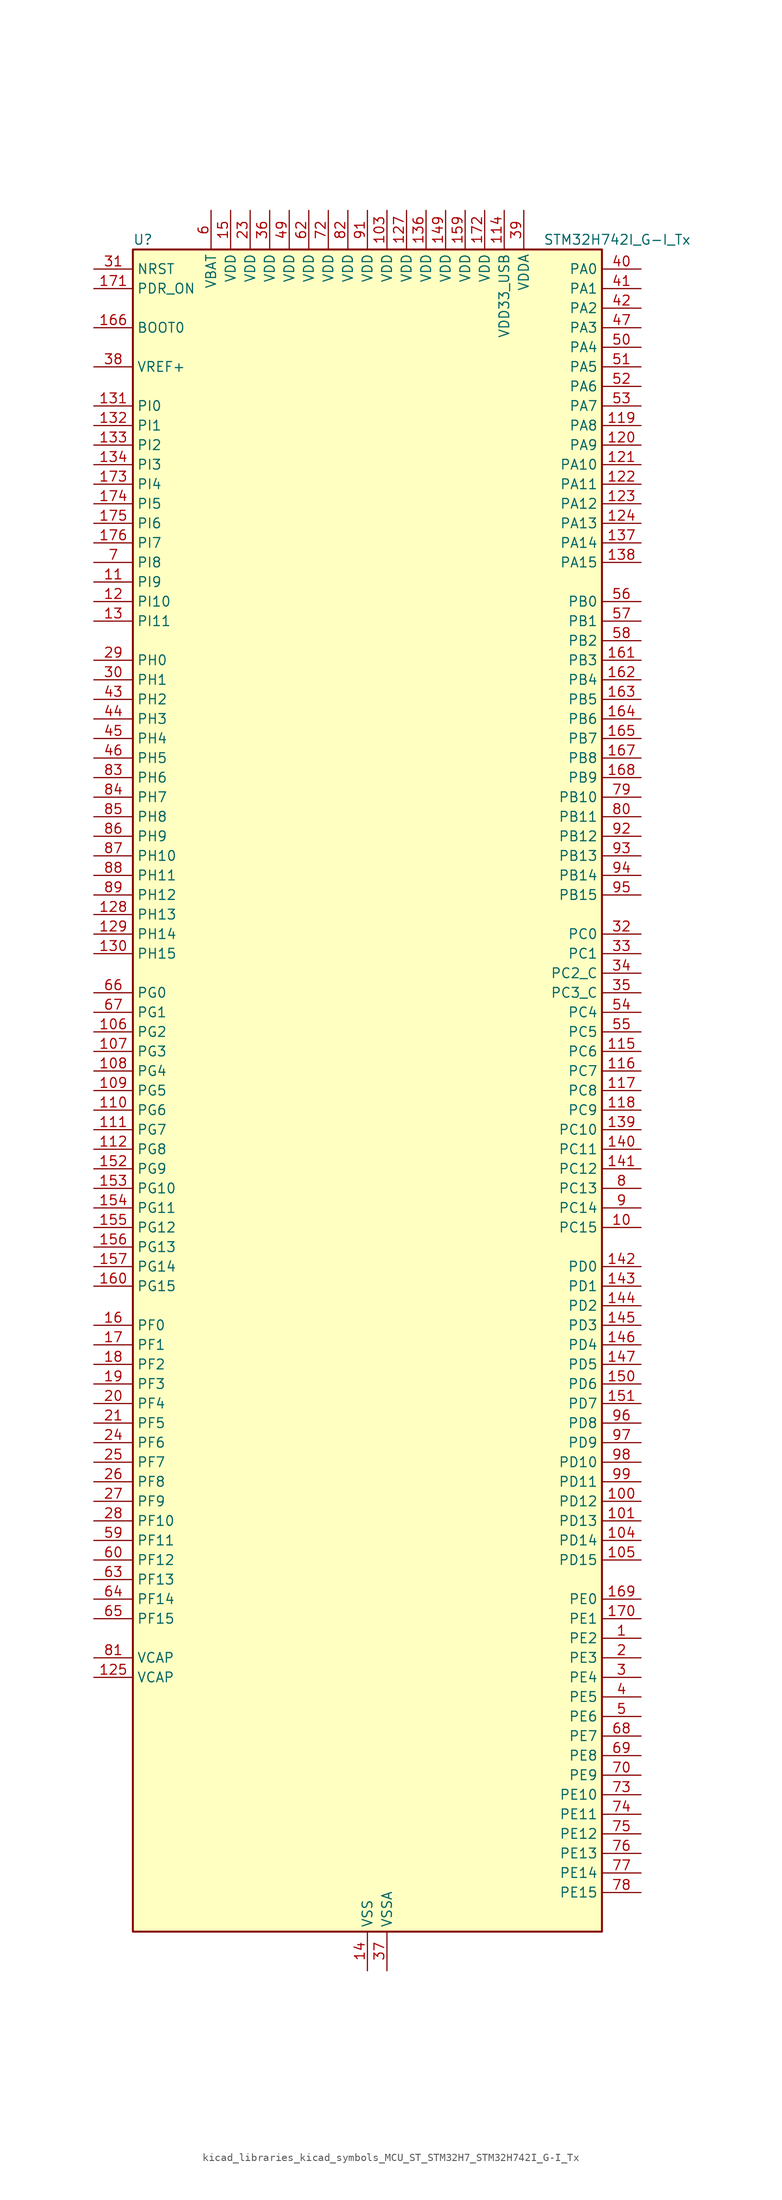
<source format=kicad_sym>
(kicad_symbol_lib
  (version 20220914)
  (generator kicad_symbol_editor)
  (symbol "kicad_libraries_kicad_symbols_MCU_ST_STM32H7_STM32H742I_G-I_Tx"
    (property "Reference" "U"
      (at -30.48 110.49 0)
      (effects (font (size 1.27 1.27)) (justify left)))
    (property "Value" "STM32H742I_G-I_Tx"
      (at 22.86 110.49 0)
      (effects (font (size 1.27 1.27)) (justify left)))
    (property "ki_locked" ""
      (at 0 0 0)
      (effects (font (size 1.27 1.27))))
    (symbol "kicad_libraries_kicad_symbols_MCU_ST_STM32H7_STM32H742I_G-I_Tx_0_1"
      (rectangle (start -30.48 -109.22) (end 30.48 109.22) (stroke (width 0.254) (type default)) (fill (type background))))
    (symbol "kicad_libraries_kicad_symbols_MCU_ST_STM32H7_STM32H742I_G-I_Tx_1_1"
      (pin bidirectional line (at 35.56 -71.12 180) (length 5.08) (name "PE2" (effects (font (size 1.27 1.27)))) (number "1" (effects (font (size 1.27 1.27)))) (alternate "DEBUG_TRACECLK" bidirectional line) (alternate "ETH_TXD3" bidirectional line) (alternate "FMC_A23" bidirectional line) (alternate "QUADSPI_BK1_IO2" bidirectional line) (alternate "SAI1_CK1" bidirectional line) (alternate "SAI1_MCLK_A" bidirectional line) (alternate "SAI4_CK1" bidirectional line) (alternate "SAI4_MCLK_A" bidirectional line) (alternate "SPI4_SCK" bidirectional line))
      (pin bidirectional line (at 35.56 -17.78 180) (length 5.08) (name "PC15" (effects (font (size 1.27 1.27)))) (number "10" (effects (font (size 1.27 1.27)))) (alternate "ADC1_EXTI15" bidirectional line) (alternate "ADC2_EXTI15" bidirectional line) (alternate "ADC3_EXTI15" bidirectional line) (alternate "RCC_OSC32_OUT" bidirectional line))
      (pin bidirectional line (at 35.56 -53.34 180) (length 5.08) (name "PD12" (effects (font (size 1.27 1.27)))) (number "100" (effects (font (size 1.27 1.27)))) (alternate "FMC_A17" bidirectional line) (alternate "FMC_ALE" bidirectional line) (alternate "I2C4_SCL" bidirectional line) (alternate "LPTIM1_IN1" bidirectional line) (alternate "LPTIM2_IN1" bidirectional line) (alternate "QUADSPI_BK1_IO1" bidirectional line) (alternate "SAI2_FS_A" bidirectional line) (alternate "TIM4_CH1" bidirectional line) (alternate "USART3_DE" bidirectional line) (alternate "USART3_RTS" bidirectional line))
      (pin bidirectional line (at 35.56 -55.88 180) (length 5.08) (name "PD13" (effects (font (size 1.27 1.27)))) (number "101" (effects (font (size 1.27 1.27)))) (alternate "FMC_A18" bidirectional line) (alternate "I2C4_SDA" bidirectional line) (alternate "LPTIM1_OUT" bidirectional line) (alternate "QUADSPI_BK1_IO3" bidirectional line) (alternate "SAI2_SCK_A" bidirectional line) (alternate "TIM4_CH2" bidirectional line))
      (pin passive line (at 0 -114.3 90) (length 5.08) hide (name "VSS" (effects (font (size 1.27 1.27)))) (number "102" (effects (font (size 1.27 1.27)))))
      (pin power_in line (at 2.54 114.3 270) (length 5.08) (name "VDD" (effects (font (size 1.27 1.27)))) (number "103" (effects (font (size 1.27 1.27)))))
      (pin bidirectional line (at 35.56 -58.42 180) (length 5.08) (name "PD14" (effects (font (size 1.27 1.27)))) (number "104" (effects (font (size 1.27 1.27)))) (alternate "FMC_D0" bidirectional line) (alternate "FMC_DA0" bidirectional line) (alternate "SAI3_MCLK_B" bidirectional line) (alternate "TIM4_CH3" bidirectional line) (alternate "UART8_CTS" bidirectional line))
      (pin bidirectional line (at 35.56 -60.96 180) (length 5.08) (name "PD15" (effects (font (size 1.27 1.27)))) (number "105" (effects (font (size 1.27 1.27)))) (alternate "ADC1_EXTI15" bidirectional line) (alternate "ADC2_EXTI15" bidirectional line) (alternate "ADC3_EXTI15" bidirectional line) (alternate "FMC_D1" bidirectional line) (alternate "FMC_DA1" bidirectional line) (alternate "SAI3_MCLK_A" bidirectional line) (alternate "TIM4_CH4" bidirectional line) (alternate "UART8_DE" bidirectional line) (alternate "UART8_RTS" bidirectional line))
      (pin bidirectional line (at -35.56 7.62 0) (length 5.08) (name "PG2" (effects (font (size 1.27 1.27)))) (number "106" (effects (font (size 1.27 1.27)))) (alternate "FMC_A12" bidirectional line) (alternate "TIM8_BKIN" bidirectional line) (alternate "TIM8_BKIN_COMP1" bidirectional line) (alternate "TIM8_BKIN_COMP2" bidirectional line))
      (pin bidirectional line (at -35.56 5.08 0) (length 5.08) (name "PG3" (effects (font (size 1.27 1.27)))) (number "107" (effects (font (size 1.27 1.27)))) (alternate "FMC_A13" bidirectional line) (alternate "TIM8_BKIN2" bidirectional line) (alternate "TIM8_BKIN2_COMP1" bidirectional line) (alternate "TIM8_BKIN2_COMP2" bidirectional line))
      (pin bidirectional line (at -35.56 2.54 0) (length 5.08) (name "PG4" (effects (font (size 1.27 1.27)))) (number "108" (effects (font (size 1.27 1.27)))) (alternate "FMC_A14" bidirectional line) (alternate "FMC_BA0" bidirectional line) (alternate "TIM1_BKIN2" bidirectional line) (alternate "TIM1_BKIN2_COMP1" bidirectional line) (alternate "TIM1_BKIN2_COMP2" bidirectional line))
      (pin bidirectional line (at -35.56 0 0) (length 5.08) (name "PG5" (effects (font (size 1.27 1.27)))) (number "109" (effects (font (size 1.27 1.27)))) (alternate "FMC_A15" bidirectional line) (alternate "FMC_BA1" bidirectional line) (alternate "TIM1_ETR" bidirectional line))
      (pin bidirectional line (at -35.56 66.04 0) (length 5.08) (name "PI9" (effects (font (size 1.27 1.27)))) (number "11" (effects (font (size 1.27 1.27)))) (alternate "DAC1_EXTI9" bidirectional line) (alternate "FDCAN1_RX" bidirectional line) (alternate "FMC_D30" bidirectional line) (alternate "UART4_RX" bidirectional line))
      (pin bidirectional line (at -35.56 -2.54 0) (length 5.08) (name "PG6" (effects (font (size 1.27 1.27)))) (number "110" (effects (font (size 1.27 1.27)))) (alternate "DCMI_D12" bidirectional line) (alternate "FMC_NE3" bidirectional line) (alternate "HRTIM_CHE1" bidirectional line) (alternate "QUADSPI_BK1_NCS" bidirectional line) (alternate "TIM17_BKIN" bidirectional line))
      (pin bidirectional line (at -35.56 -5.08 0) (length 5.08) (name "PG7" (effects (font (size 1.27 1.27)))) (number "111" (effects (font (size 1.27 1.27)))) (alternate "DCMI_D13" bidirectional line) (alternate "FMC_INT" bidirectional line) (alternate "HRTIM_CHE2" bidirectional line) (alternate "SAI1_MCLK_A" bidirectional line) (alternate "USART6_CK" bidirectional line))
      (pin bidirectional line (at -35.56 -7.62 0) (length 5.08) (name "PG8" (effects (font (size 1.27 1.27)))) (number "112" (effects (font (size 1.27 1.27)))) (alternate "ETH_PPS_OUT" bidirectional line) (alternate "FMC_SDCLK" bidirectional line) (alternate "SPDIFRX1_IN2" bidirectional line) (alternate "SPI6_NSS" bidirectional line) (alternate "TIM8_ETR" bidirectional line) (alternate "USART6_DE" bidirectional line) (alternate "USART6_RTS" bidirectional line))
      (pin passive line (at 0 -114.3 90) (length 5.08) hide (name "VSS" (effects (font (size 1.27 1.27)))) (number "113" (effects (font (size 1.27 1.27)))))
      (pin power_in line (at 17.78 114.3 270) (length 5.08) (name "VDD33_USB" (effects (font (size 1.27 1.27)))) (number "114" (effects (font (size 1.27 1.27)))))
      (pin bidirectional line (at 35.56 5.08 180) (length 5.08) (name "PC6" (effects (font (size 1.27 1.27)))) (number "115" (effects (font (size 1.27 1.27)))) (alternate "DCMI_D0" bidirectional line) (alternate "DFSDM1_CKIN3" bidirectional line) (alternate "FMC_NWAIT" bidirectional line) (alternate "HRTIM_CHA1" bidirectional line) (alternate "I2S2_MCK" bidirectional line) (alternate "SDMMC1_D0DIR" bidirectional line) (alternate "SDMMC1_D6" bidirectional line) (alternate "SDMMC2_D6" bidirectional line) (alternate "SWPMI1_IO" bidirectional line) (alternate "TIM3_CH1" bidirectional line) (alternate "TIM8_CH1" bidirectional line) (alternate "USART6_TX" bidirectional line))
      (pin bidirectional line (at 35.56 2.54 180) (length 5.08) (name "PC7" (effects (font (size 1.27 1.27)))) (number "116" (effects (font (size 1.27 1.27)))) (alternate "DCMI_D1" bidirectional line) (alternate "DEBUG_TRGIO" bidirectional line) (alternate "DFSDM1_DATIN3" bidirectional line) (alternate "FMC_NE1" bidirectional line) (alternate "HRTIM_CHA2" bidirectional line) (alternate "I2S3_MCK" bidirectional line) (alternate "SDMMC1_D123DIR" bidirectional line) (alternate "SDMMC1_D7" bidirectional line) (alternate "SDMMC2_D7" bidirectional line) (alternate "SWPMI1_TX" bidirectional line) (alternate "TIM3_CH2" bidirectional line) (alternate "TIM8_CH2" bidirectional line) (alternate "USART6_RX" bidirectional line))
      (pin bidirectional line (at 35.56 0 180) (length 5.08) (name "PC8" (effects (font (size 1.27 1.27)))) (number "117" (effects (font (size 1.27 1.27)))) (alternate "DCMI_D2" bidirectional line) (alternate "DEBUG_TRACED1" bidirectional line) (alternate "FMC_NCE" bidirectional line) (alternate "FMC_NE2" bidirectional line) (alternate "HRTIM_CHB1" bidirectional line) (alternate "SDMMC1_D0" bidirectional line) (alternate "SWPMI1_RX" bidirectional line) (alternate "TIM3_CH3" bidirectional line) (alternate "TIM8_CH3" bidirectional line) (alternate "UART5_DE" bidirectional line) (alternate "UART5_RTS" bidirectional line) (alternate "USART6_CK" bidirectional line))
      (pin bidirectional line (at 35.56 -2.54 180) (length 5.08) (name "PC9" (effects (font (size 1.27 1.27)))) (number "118" (effects (font (size 1.27 1.27)))) (alternate "DAC1_EXTI9" bidirectional line) (alternate "DCMI_D3" bidirectional line) (alternate "I2C3_SDA" bidirectional line) (alternate "I2S_CKIN" bidirectional line) (alternate "QUADSPI_BK1_IO0" bidirectional line) (alternate "RCC_MCO_2" bidirectional line) (alternate "SDMMC1_D1" bidirectional line) (alternate "SWPMI1_SUSPEND" bidirectional line) (alternate "TIM3_CH4" bidirectional line) (alternate "TIM8_CH4" bidirectional line) (alternate "UART5_CTS" bidirectional line))
      (pin bidirectional line (at 35.56 86.36 180) (length 5.08) (name "PA8" (effects (font (size 1.27 1.27)))) (number "119" (effects (font (size 1.27 1.27)))) (alternate "HRTIM_CHB2" bidirectional line) (alternate "I2C3_SCL" bidirectional line) (alternate "RCC_MCO_1" bidirectional line) (alternate "TIM1_CH1" bidirectional line) (alternate "TIM8_BKIN2" bidirectional line) (alternate "TIM8_BKIN2_COMP1" bidirectional line) (alternate "TIM8_BKIN2_COMP2" bidirectional line) (alternate "UART7_RX" bidirectional line) (alternate "USART1_CK" bidirectional line) (alternate "USB_OTG_FS_SOF" bidirectional line))
      (pin bidirectional line (at -35.56 63.5 0) (length 5.08) (name "PI10" (effects (font (size 1.27 1.27)))) (number "12" (effects (font (size 1.27 1.27)))) (alternate "ETH_RX_ER" bidirectional line) (alternate "FMC_D31" bidirectional line))
      (pin bidirectional line (at 35.56 83.82 180) (length 5.08) (name "PA9" (effects (font (size 1.27 1.27)))) (number "120" (effects (font (size 1.27 1.27)))) (alternate "DAC1_EXTI9" bidirectional line) (alternate "DCMI_D0" bidirectional line) (alternate "HRTIM_CHC1" bidirectional line) (alternate "I2C3_SMBA" bidirectional line) (alternate "I2S2_CK" bidirectional line) (alternate "LPUART1_TX" bidirectional line) (alternate "SPI2_SCK" bidirectional line) (alternate "TIM1_CH2" bidirectional line) (alternate "USART1_TX" bidirectional line) (alternate "USB_OTG_FS_VBUS" bidirectional line))
      (pin bidirectional line (at 35.56 81.28 180) (length 5.08) (name "PA10" (effects (font (size 1.27 1.27)))) (number "121" (effects (font (size 1.27 1.27)))) (alternate "DCMI_D1" bidirectional line) (alternate "HRTIM_CHC2" bidirectional line) (alternate "LPUART1_RX" bidirectional line) (alternate "MDIOS_MDIO" bidirectional line) (alternate "TIM1_CH3" bidirectional line) (alternate "USART1_RX" bidirectional line) (alternate "USB_OTG_FS_ID" bidirectional line))
      (pin bidirectional line (at 35.56 78.74 180) (length 5.08) (name "PA11" (effects (font (size 1.27 1.27)))) (number "122" (effects (font (size 1.27 1.27)))) (alternate "ADC1_EXTI11" bidirectional line) (alternate "ADC2_EXTI11" bidirectional line) (alternate "ADC3_EXTI11" bidirectional line) (alternate "FDCAN1_RX" bidirectional line) (alternate "HRTIM_CHD1" bidirectional line) (alternate "I2S2_WS" bidirectional line) (alternate "LPUART1_CTS" bidirectional line) (alternate "SPI2_NSS" bidirectional line) (alternate "TIM1_CH4" bidirectional line) (alternate "UART4_RX" bidirectional line) (alternate "USART1_CTS" bidirectional line) (alternate "USART1_NSS" bidirectional line) (alternate "USB_OTG_FS_DM" bidirectional line))
      (pin bidirectional line (at 35.56 76.2 180) (length 5.08) (name "PA12" (effects (font (size 1.27 1.27)))) (number "123" (effects (font (size 1.27 1.27)))) (alternate "FDCAN1_TX" bidirectional line) (alternate "HRTIM_CHD2" bidirectional line) (alternate "I2S2_CK" bidirectional line) (alternate "LPUART1_DE" bidirectional line) (alternate "LPUART1_RTS" bidirectional line) (alternate "SAI2_FS_B" bidirectional line) (alternate "SPI2_SCK" bidirectional line) (alternate "TIM1_ETR" bidirectional line) (alternate "UART4_TX" bidirectional line) (alternate "USART1_DE" bidirectional line) (alternate "USART1_RTS" bidirectional line) (alternate "USB_OTG_FS_DP" bidirectional line))
      (pin bidirectional line (at 35.56 73.66 180) (length 5.08) (name "PA13" (effects (font (size 1.27 1.27)))) (number "124" (effects (font (size 1.27 1.27)))) (alternate "DEBUG_JTMS-SWDIO" bidirectional line))
      (pin power_out line (at -35.56 -76.2 0) (length 5.08) (name "VCAP" (effects (font (size 1.27 1.27)))) (number "125" (effects (font (size 1.27 1.27)))))
      (pin passive line (at 0 -114.3 90) (length 5.08) hide (name "VSS" (effects (font (size 1.27 1.27)))) (number "126" (effects (font (size 1.27 1.27)))))
      (pin power_in line (at 5.08 114.3 270) (length 5.08) (name "VDD" (effects (font (size 1.27 1.27)))) (number "127" (effects (font (size 1.27 1.27)))))
      (pin bidirectional line (at -35.56 22.86 0) (length 5.08) (name "PH13" (effects (font (size 1.27 1.27)))) (number "128" (effects (font (size 1.27 1.27)))) (alternate "FDCAN1_TX" bidirectional line) (alternate "FMC_D21" bidirectional line) (alternate "TIM8_CH1N" bidirectional line) (alternate "UART4_TX" bidirectional line))
      (pin bidirectional line (at -35.56 20.32 0) (length 5.08) (name "PH14" (effects (font (size 1.27 1.27)))) (number "129" (effects (font (size 1.27 1.27)))) (alternate "DCMI_D4" bidirectional line) (alternate "FDCAN1_RX" bidirectional line) (alternate "FMC_D22" bidirectional line) (alternate "TIM8_CH2N" bidirectional line) (alternate "UART4_RX" bidirectional line))
      (pin bidirectional line (at -35.56 60.96 0) (length 5.08) (name "PI11" (effects (font (size 1.27 1.27)))) (number "13" (effects (font (size 1.27 1.27)))) (alternate "ADC1_EXTI11" bidirectional line) (alternate "ADC2_EXTI11" bidirectional line) (alternate "ADC3_EXTI11" bidirectional line) (alternate "PWR_WKUP4" bidirectional line) (alternate "USB_OTG_HS_ULPI_DIR" bidirectional line))
      (pin bidirectional line (at -35.56 17.78 0) (length 5.08) (name "PH15" (effects (font (size 1.27 1.27)))) (number "130" (effects (font (size 1.27 1.27)))) (alternate "ADC1_EXTI15" bidirectional line) (alternate "ADC2_EXTI15" bidirectional line) (alternate "ADC3_EXTI15" bidirectional line) (alternate "DCMI_D11" bidirectional line) (alternate "FMC_D23" bidirectional line) (alternate "TIM8_CH3N" bidirectional line))
      (pin bidirectional line (at -35.56 88.9 0) (length 5.08) (name "PI0" (effects (font (size 1.27 1.27)))) (number "131" (effects (font (size 1.27 1.27)))) (alternate "DCMI_D13" bidirectional line) (alternate "FMC_D24" bidirectional line) (alternate "I2S2_WS" bidirectional line) (alternate "SPI2_NSS" bidirectional line) (alternate "TIM5_CH4" bidirectional line))
      (pin bidirectional line (at -35.56 86.36 0) (length 5.08) (name "PI1" (effects (font (size 1.27 1.27)))) (number "132" (effects (font (size 1.27 1.27)))) (alternate "DCMI_D8" bidirectional line) (alternate "FMC_D25" bidirectional line) (alternate "I2S2_CK" bidirectional line) (alternate "SPI2_SCK" bidirectional line) (alternate "TIM8_BKIN2" bidirectional line) (alternate "TIM8_BKIN2_COMP1" bidirectional line) (alternate "TIM8_BKIN2_COMP2" bidirectional line))
      (pin bidirectional line (at -35.56 83.82 0) (length 5.08) (name "PI2" (effects (font (size 1.27 1.27)))) (number "133" (effects (font (size 1.27 1.27)))) (alternate "DCMI_D9" bidirectional line) (alternate "FMC_D26" bidirectional line) (alternate "I2S2_SDI" bidirectional line) (alternate "SPI2_MISO" bidirectional line) (alternate "TIM8_CH4" bidirectional line))
      (pin bidirectional line (at -35.56 81.28 0) (length 5.08) (name "PI3" (effects (font (size 1.27 1.27)))) (number "134" (effects (font (size 1.27 1.27)))) (alternate "DCMI_D10" bidirectional line) (alternate "FMC_D27" bidirectional line) (alternate "I2S2_SDO" bidirectional line) (alternate "SPI2_MOSI" bidirectional line) (alternate "TIM8_ETR" bidirectional line))
      (pin passive line (at 0 -114.3 90) (length 5.08) hide (name "VSS" (effects (font (size 1.27 1.27)))) (number "135" (effects (font (size 1.27 1.27)))))
      (pin power_in line (at 7.62 114.3 270) (length 5.08) (name "VDD" (effects (font (size 1.27 1.27)))) (number "136" (effects (font (size 1.27 1.27)))))
      (pin bidirectional line (at 35.56 71.12 180) (length 5.08) (name "PA14" (effects (font (size 1.27 1.27)))) (number "137" (effects (font (size 1.27 1.27)))) (alternate "DEBUG_JTCK-SWCLK" bidirectional line))
      (pin bidirectional line (at 35.56 68.58 180) (length 5.08) (name "PA15" (effects (font (size 1.27 1.27)))) (number "138" (effects (font (size 1.27 1.27)))) (alternate "ADC1_EXTI15" bidirectional line) (alternate "ADC2_EXTI15" bidirectional line) (alternate "ADC3_EXTI15" bidirectional line) (alternate "CEC" bidirectional line) (alternate "DEBUG_JTDI" bidirectional line) (alternate "HRTIM_FLT1" bidirectional line) (alternate "I2S1_WS" bidirectional line) (alternate "I2S3_WS" bidirectional line) (alternate "SPI1_NSS" bidirectional line) (alternate "SPI3_NSS" bidirectional line) (alternate "SPI6_NSS" bidirectional line) (alternate "TIM2_CH1" bidirectional line) (alternate "TIM2_ETR" bidirectional line) (alternate "UART4_DE" bidirectional line) (alternate "UART4_RTS" bidirectional line) (alternate "UART7_TX" bidirectional line))
      (pin bidirectional line (at 35.56 -5.08 180) (length 5.08) (name "PC10" (effects (font (size 1.27 1.27)))) (number "139" (effects (font (size 1.27 1.27)))) (alternate "DCMI_D8" bidirectional line) (alternate "DFSDM1_CKIN5" bidirectional line) (alternate "HRTIM_EEV1" bidirectional line) (alternate "I2S3_CK" bidirectional line) (alternate "QUADSPI_BK1_IO1" bidirectional line) (alternate "SDMMC1_D2" bidirectional line) (alternate "SPI3_SCK" bidirectional line) (alternate "UART4_TX" bidirectional line) (alternate "USART3_TX" bidirectional line))
      (pin power_in line (at 0 -114.3 90) (length 5.08) (name "VSS" (effects (font (size 1.27 1.27)))) (number "14" (effects (font (size 1.27 1.27)))))
      (pin bidirectional line (at 35.56 -7.62 180) (length 5.08) (name "PC11" (effects (font (size 1.27 1.27)))) (number "140" (effects (font (size 1.27 1.27)))) (alternate "ADC1_EXTI11" bidirectional line) (alternate "ADC2_EXTI11" bidirectional line) (alternate "ADC3_EXTI11" bidirectional line) (alternate "DCMI_D4" bidirectional line) (alternate "DFSDM1_DATIN5" bidirectional line) (alternate "HRTIM_FLT2" bidirectional line) (alternate "I2S3_SDI" bidirectional line) (alternate "QUADSPI_BK2_NCS" bidirectional line) (alternate "SDMMC1_D3" bidirectional line) (alternate "SPI3_MISO" bidirectional line) (alternate "UART4_RX" bidirectional line) (alternate "USART3_RX" bidirectional line))
      (pin bidirectional line (at 35.56 -10.16 180) (length 5.08) (name "PC12" (effects (font (size 1.27 1.27)))) (number "141" (effects (font (size 1.27 1.27)))) (alternate "DCMI_D9" bidirectional line) (alternate "DEBUG_TRACED3" bidirectional line) (alternate "HRTIM_EEV2" bidirectional line) (alternate "I2S3_SDO" bidirectional line) (alternate "SDMMC1_CK" bidirectional line) (alternate "SPI3_MOSI" bidirectional line) (alternate "UART5_TX" bidirectional line) (alternate "USART3_CK" bidirectional line))
      (pin bidirectional line (at 35.56 -22.86 180) (length 5.08) (name "PD0" (effects (font (size 1.27 1.27)))) (number "142" (effects (font (size 1.27 1.27)))) (alternate "DFSDM1_CKIN6" bidirectional line) (alternate "FDCAN1_RX" bidirectional line) (alternate "FMC_D2" bidirectional line) (alternate "FMC_DA2" bidirectional line) (alternate "SAI3_SCK_A" bidirectional line) (alternate "UART4_RX" bidirectional line))
      (pin bidirectional line (at 35.56 -25.4 180) (length 5.08) (name "PD1" (effects (font (size 1.27 1.27)))) (number "143" (effects (font (size 1.27 1.27)))) (alternate "DFSDM1_DATIN6" bidirectional line) (alternate "FDCAN1_TX" bidirectional line) (alternate "FMC_D3" bidirectional line) (alternate "FMC_DA3" bidirectional line) (alternate "SAI3_SD_A" bidirectional line) (alternate "UART4_TX" bidirectional line))
      (pin bidirectional line (at 35.56 -27.94 180) (length 5.08) (name "PD2" (effects (font (size 1.27 1.27)))) (number "144" (effects (font (size 1.27 1.27)))) (alternate "DCMI_D11" bidirectional line) (alternate "DEBUG_TRACED2" bidirectional line) (alternate "SDMMC1_CMD" bidirectional line) (alternate "TIM3_ETR" bidirectional line) (alternate "UART5_RX" bidirectional line))
      (pin bidirectional line (at 35.56 -30.48 180) (length 5.08) (name "PD3" (effects (font (size 1.27 1.27)))) (number "145" (effects (font (size 1.27 1.27)))) (alternate "DCMI_D5" bidirectional line) (alternate "DFSDM1_CKOUT" bidirectional line) (alternate "FMC_CLK" bidirectional line) (alternate "I2S2_CK" bidirectional line) (alternate "SPI2_SCK" bidirectional line) (alternate "USART2_CTS" bidirectional line) (alternate "USART2_NSS" bidirectional line))
      (pin bidirectional line (at 35.56 -33.02 180) (length 5.08) (name "PD4" (effects (font (size 1.27 1.27)))) (number "146" (effects (font (size 1.27 1.27)))) (alternate "FMC_NOE" bidirectional line) (alternate "HRTIM_FLT3" bidirectional line) (alternate "SAI3_FS_A" bidirectional line) (alternate "USART2_DE" bidirectional line) (alternate "USART2_RTS" bidirectional line))
      (pin bidirectional line (at 35.56 -35.56 180) (length 5.08) (name "PD5" (effects (font (size 1.27 1.27)))) (number "147" (effects (font (size 1.27 1.27)))) (alternate "FMC_NWE" bidirectional line) (alternate "HRTIM_EEV3" bidirectional line) (alternate "USART2_TX" bidirectional line))
      (pin passive line (at 0 -114.3 90) (length 5.08) hide (name "VSS" (effects (font (size 1.27 1.27)))) (number "148" (effects (font (size 1.27 1.27)))))
      (pin power_in line (at 10.16 114.3 270) (length 5.08) (name "VDD" (effects (font (size 1.27 1.27)))) (number "149" (effects (font (size 1.27 1.27)))))
      (pin power_in line (at -17.78 114.3 270) (length 5.08) (name "VDD" (effects (font (size 1.27 1.27)))) (number "15" (effects (font (size 1.27 1.27)))))
      (pin bidirectional line (at 35.56 -38.1 180) (length 5.08) (name "PD6" (effects (font (size 1.27 1.27)))) (number "150" (effects (font (size 1.27 1.27)))) (alternate "DCMI_D10" bidirectional line) (alternate "DFSDM1_CKIN4" bidirectional line) (alternate "DFSDM1_DATIN1" bidirectional line) (alternate "FMC_NWAIT" bidirectional line) (alternate "I2S3_SDO" bidirectional line) (alternate "SAI1_D1" bidirectional line) (alternate "SAI1_SD_A" bidirectional line) (alternate "SAI4_D1" bidirectional line) (alternate "SAI4_SD_A" bidirectional line) (alternate "SDMMC2_CK" bidirectional line) (alternate "SPI3_MOSI" bidirectional line) (alternate "USART2_RX" bidirectional line))
      (pin bidirectional line (at 35.56 -40.64 180) (length 5.08) (name "PD7" (effects (font (size 1.27 1.27)))) (number "151" (effects (font (size 1.27 1.27)))) (alternate "DFSDM1_CKIN1" bidirectional line) (alternate "DFSDM1_DATIN4" bidirectional line) (alternate "FMC_NE1" bidirectional line) (alternate "I2S1_SDO" bidirectional line) (alternate "SDMMC2_CMD" bidirectional line) (alternate "SPDIFRX1_IN0" bidirectional line) (alternate "SPI1_MOSI" bidirectional line) (alternate "USART2_CK" bidirectional line))
      (pin bidirectional line (at -35.56 -10.16 0) (length 5.08) (name "PG9" (effects (font (size 1.27 1.27)))) (number "152" (effects (font (size 1.27 1.27)))) (alternate "DAC1_EXTI9" bidirectional line) (alternate "DCMI_VSYNC" bidirectional line) (alternate "FMC_NCE" bidirectional line) (alternate "FMC_NE2" bidirectional line) (alternate "I2S1_SDI" bidirectional line) (alternate "QUADSPI_BK2_IO2" bidirectional line) (alternate "SAI2_FS_B" bidirectional line) (alternate "SPDIFRX1_IN3" bidirectional line) (alternate "SPI1_MISO" bidirectional line) (alternate "USART6_RX" bidirectional line))
      (pin bidirectional line (at -35.56 -12.7 0) (length 5.08) (name "PG10" (effects (font (size 1.27 1.27)))) (number "153" (effects (font (size 1.27 1.27)))) (alternate "DCMI_D2" bidirectional line) (alternate "FMC_NE3" bidirectional line) (alternate "HRTIM_FLT5" bidirectional line) (alternate "I2S1_WS" bidirectional line) (alternate "SAI2_SD_B" bidirectional line) (alternate "SPI1_NSS" bidirectional line))
      (pin bidirectional line (at -35.56 -15.24 0) (length 5.08) (name "PG11" (effects (font (size 1.27 1.27)))) (number "154" (effects (font (size 1.27 1.27)))) (alternate "ADC1_EXTI11" bidirectional line) (alternate "ADC2_EXTI11" bidirectional line) (alternate "ADC3_EXTI11" bidirectional line) (alternate "DCMI_D3" bidirectional line) (alternate "ETH_TX_EN" bidirectional line) (alternate "HRTIM_EEV4" bidirectional line) (alternate "I2S1_CK" bidirectional line) (alternate "LPTIM1_IN2" bidirectional line) (alternate "SDMMC2_D2" bidirectional line) (alternate "SPDIFRX1_IN0" bidirectional line) (alternate "SPI1_SCK" bidirectional line))
      (pin bidirectional line (at -35.56 -17.78 0) (length 5.08) (name "PG12" (effects (font (size 1.27 1.27)))) (number "155" (effects (font (size 1.27 1.27)))) (alternate "ETH_TXD1" bidirectional line) (alternate "FMC_NE4" bidirectional line) (alternate "HRTIM_EEV5" bidirectional line) (alternate "LPTIM1_IN1" bidirectional line) (alternate "SPDIFRX1_IN1" bidirectional line) (alternate "SPI6_MISO" bidirectional line) (alternate "USART6_DE" bidirectional line) (alternate "USART6_RTS" bidirectional line))
      (pin bidirectional line (at -35.56 -20.32 0) (length 5.08) (name "PG13" (effects (font (size 1.27 1.27)))) (number "156" (effects (font (size 1.27 1.27)))) (alternate "DEBUG_TRACED0" bidirectional line) (alternate "ETH_TXD0" bidirectional line) (alternate "FMC_A24" bidirectional line) (alternate "HRTIM_EEV10" bidirectional line) (alternate "LPTIM1_OUT" bidirectional line) (alternate "SPI6_SCK" bidirectional line) (alternate "USART6_CTS" bidirectional line) (alternate "USART6_NSS" bidirectional line))
      (pin bidirectional line (at -35.56 -22.86 0) (length 5.08) (name "PG14" (effects (font (size 1.27 1.27)))) (number "157" (effects (font (size 1.27 1.27)))) (alternate "DEBUG_TRACED1" bidirectional line) (alternate "ETH_TXD1" bidirectional line) (alternate "FMC_A25" bidirectional line) (alternate "LPTIM1_ETR" bidirectional line) (alternate "QUADSPI_BK2_IO3" bidirectional line) (alternate "SPI6_MOSI" bidirectional line) (alternate "USART6_TX" bidirectional line))
      (pin passive line (at 0 -114.3 90) (length 5.08) hide (name "VSS" (effects (font (size 1.27 1.27)))) (number "158" (effects (font (size 1.27 1.27)))))
      (pin power_in line (at 12.7 114.3 270) (length 5.08) (name "VDD" (effects (font (size 1.27 1.27)))) (number "159" (effects (font (size 1.27 1.27)))))
      (pin bidirectional line (at -35.56 -30.48 0) (length 5.08) (name "PF0" (effects (font (size 1.27 1.27)))) (number "16" (effects (font (size 1.27 1.27)))) (alternate "FMC_A0" bidirectional line) (alternate "I2C2_SDA" bidirectional line))
      (pin bidirectional line (at -35.56 -25.4 0) (length 5.08) (name "PG15" (effects (font (size 1.27 1.27)))) (number "160" (effects (font (size 1.27 1.27)))) (alternate "ADC1_EXTI15" bidirectional line) (alternate "ADC2_EXTI15" bidirectional line) (alternate "ADC3_EXTI15" bidirectional line) (alternate "DCMI_D13" bidirectional line) (alternate "FMC_SDNCAS" bidirectional line) (alternate "USART6_CTS" bidirectional line) (alternate "USART6_NSS" bidirectional line))
      (pin bidirectional line (at 35.56 55.88 180) (length 5.08) (name "PB3" (effects (font (size 1.27 1.27)))) (number "161" (effects (font (size 1.27 1.27)))) (alternate "CRS_SYNC" bidirectional line) (alternate "DEBUG_JTDO-SWO" bidirectional line) (alternate "HRTIM_FLT4" bidirectional line) (alternate "I2S1_CK" bidirectional line) (alternate "I2S3_CK" bidirectional line) (alternate "SDMMC2_D2" bidirectional line) (alternate "SPI1_SCK" bidirectional line) (alternate "SPI3_SCK" bidirectional line) (alternate "SPI6_SCK" bidirectional line) (alternate "TIM2_CH2" bidirectional line) (alternate "UART7_RX" bidirectional line))
      (pin bidirectional line (at 35.56 53.34 180) (length 5.08) (name "PB4" (effects (font (size 1.27 1.27)))) (number "162" (effects (font (size 1.27 1.27)))) (alternate "DEBUG_JTRST" bidirectional line) (alternate "HRTIM_EEV6" bidirectional line) (alternate "I2S1_SDI" bidirectional line) (alternate "I2S2_WS" bidirectional line) (alternate "I2S3_SDI" bidirectional line) (alternate "SDMMC2_D3" bidirectional line) (alternate "SPI1_MISO" bidirectional line) (alternate "SPI2_NSS" bidirectional line) (alternate "SPI3_MISO" bidirectional line) (alternate "SPI6_MISO" bidirectional line) (alternate "TIM16_BKIN" bidirectional line) (alternate "TIM3_CH1" bidirectional line) (alternate "UART7_TX" bidirectional line))
      (pin bidirectional line (at 35.56 50.8 180) (length 5.08) (name "PB5" (effects (font (size 1.27 1.27)))) (number "163" (effects (font (size 1.27 1.27)))) (alternate "DCMI_D10" bidirectional line) (alternate "ETH_PPS_OUT" bidirectional line) (alternate "FDCAN2_RX" bidirectional line) (alternate "FMC_SDCKE1" bidirectional line) (alternate "HRTIM_EEV7" bidirectional line) (alternate "I2C1_SMBA" bidirectional line) (alternate "I2C4_SMBA" bidirectional line) (alternate "I2S1_SDO" bidirectional line) (alternate "I2S3_SDO" bidirectional line) (alternate "SPI1_MOSI" bidirectional line) (alternate "SPI3_MOSI" bidirectional line) (alternate "SPI6_MOSI" bidirectional line) (alternate "TIM17_BKIN" bidirectional line) (alternate "TIM3_CH2" bidirectional line) (alternate "UART5_RX" bidirectional line) (alternate "USB_OTG_HS_ULPI_D7" bidirectional line))
      (pin bidirectional line (at 35.56 48.26 180) (length 5.08) (name "PB6" (effects (font (size 1.27 1.27)))) (number "164" (effects (font (size 1.27 1.27)))) (alternate "CEC" bidirectional line) (alternate "DCMI_D5" bidirectional line) (alternate "DFSDM1_DATIN5" bidirectional line) (alternate "FDCAN2_TX" bidirectional line) (alternate "FMC_SDNE1" bidirectional line) (alternate "HRTIM_EEV8" bidirectional line) (alternate "I2C1_SCL" bidirectional line) (alternate "I2C4_SCL" bidirectional line) (alternate "LPUART1_TX" bidirectional line) (alternate "QUADSPI_BK1_NCS" bidirectional line) (alternate "TIM16_CH1N" bidirectional line) (alternate "TIM4_CH1" bidirectional line) (alternate "UART5_TX" bidirectional line) (alternate "USART1_TX" bidirectional line))
      (pin bidirectional line (at 35.56 45.72 180) (length 5.08) (name "PB7" (effects (font (size 1.27 1.27)))) (number "165" (effects (font (size 1.27 1.27)))) (alternate "DCMI_VSYNC" bidirectional line) (alternate "DFSDM1_CKIN5" bidirectional line) (alternate "FMC_NL" bidirectional line) (alternate "HRTIM_EEV9" bidirectional line) (alternate "I2C1_SDA" bidirectional line) (alternate "I2C4_SDA" bidirectional line) (alternate "LPUART1_RX" bidirectional line) (alternate "PWR_PVD_IN" bidirectional line) (alternate "TIM17_CH1N" bidirectional line) (alternate "TIM4_CH2" bidirectional line) (alternate "USART1_RX" bidirectional line))
      (pin input line (at -35.56 99.06 0) (length 5.08) (name "BOOT0" (effects (font (size 1.27 1.27)))) (number "166" (effects (font (size 1.27 1.27)))))
      (pin bidirectional line (at 35.56 43.18 180) (length 5.08) (name "PB8" (effects (font (size 1.27 1.27)))) (number "167" (effects (font (size 1.27 1.27)))) (alternate "DCMI_D6" bidirectional line) (alternate "DFSDM1_CKIN7" bidirectional line) (alternate "ETH_TXD3" bidirectional line) (alternate "FDCAN1_RX" bidirectional line) (alternate "I2C1_SCL" bidirectional line) (alternate "I2C4_SCL" bidirectional line) (alternate "SDMMC1_CKIN" bidirectional line) (alternate "SDMMC1_D4" bidirectional line) (alternate "SDMMC2_D4" bidirectional line) (alternate "TIM16_CH1" bidirectional line) (alternate "TIM4_CH3" bidirectional line) (alternate "UART4_RX" bidirectional line))
      (pin bidirectional line (at 35.56 40.64 180) (length 5.08) (name "PB9" (effects (font (size 1.27 1.27)))) (number "168" (effects (font (size 1.27 1.27)))) (alternate "DAC1_EXTI9" bidirectional line) (alternate "DCMI_D7" bidirectional line) (alternate "DFSDM1_DATIN7" bidirectional line) (alternate "FDCAN1_TX" bidirectional line) (alternate "I2C1_SDA" bidirectional line) (alternate "I2C4_SDA" bidirectional line) (alternate "I2C4_SMBA" bidirectional line) (alternate "I2S2_WS" bidirectional line) (alternate "SDMMC1_CDIR" bidirectional line) (alternate "SDMMC1_D5" bidirectional line) (alternate "SDMMC2_D5" bidirectional line) (alternate "SPI2_NSS" bidirectional line) (alternate "TIM17_CH1" bidirectional line) (alternate "TIM4_CH4" bidirectional line) (alternate "UART4_TX" bidirectional line))
      (pin bidirectional line (at 35.56 -66.04 180) (length 5.08) (name "PE0" (effects (font (size 1.27 1.27)))) (number "169" (effects (font (size 1.27 1.27)))) (alternate "DCMI_D2" bidirectional line) (alternate "FMC_NBL0" bidirectional line) (alternate "HRTIM_SCIN" bidirectional line) (alternate "LPTIM1_ETR" bidirectional line) (alternate "LPTIM2_ETR" bidirectional line) (alternate "SAI2_MCLK_A" bidirectional line) (alternate "TIM4_ETR" bidirectional line) (alternate "UART8_RX" bidirectional line))
      (pin bidirectional line (at -35.56 -33.02 0) (length 5.08) (name "PF1" (effects (font (size 1.27 1.27)))) (number "17" (effects (font (size 1.27 1.27)))) (alternate "FMC_A1" bidirectional line) (alternate "I2C2_SCL" bidirectional line))
      (pin bidirectional line (at 35.56 -68.58 180) (length 5.08) (name "PE1" (effects (font (size 1.27 1.27)))) (number "170" (effects (font (size 1.27 1.27)))) (alternate "DCMI_D3" bidirectional line) (alternate "FMC_NBL1" bidirectional line) (alternate "HRTIM_SCOUT" bidirectional line) (alternate "LPTIM1_IN2" bidirectional line) (alternate "UART8_TX" bidirectional line))
      (pin input line (at -35.56 104.14 0) (length 5.08) (name "PDR_ON" (effects (font (size 1.27 1.27)))) (number "171" (effects (font (size 1.27 1.27)))))
      (pin power_in line (at 15.24 114.3 270) (length 5.08) (name "VDD" (effects (font (size 1.27 1.27)))) (number "172" (effects (font (size 1.27 1.27)))))
      (pin bidirectional line (at -35.56 78.74 0) (length 5.08) (name "PI4" (effects (font (size 1.27 1.27)))) (number "173" (effects (font (size 1.27 1.27)))) (alternate "DCMI_D5" bidirectional line) (alternate "FMC_NBL2" bidirectional line) (alternate "SAI2_MCLK_A" bidirectional line) (alternate "TIM8_BKIN" bidirectional line) (alternate "TIM8_BKIN_COMP1" bidirectional line) (alternate "TIM8_BKIN_COMP2" bidirectional line))
      (pin bidirectional line (at -35.56 76.2 0) (length 5.08) (name "PI5" (effects (font (size 1.27 1.27)))) (number "174" (effects (font (size 1.27 1.27)))) (alternate "DCMI_VSYNC" bidirectional line) (alternate "FMC_NBL3" bidirectional line) (alternate "SAI2_SCK_A" bidirectional line) (alternate "TIM8_CH1" bidirectional line))
      (pin bidirectional line (at -35.56 73.66 0) (length 5.08) (name "PI6" (effects (font (size 1.27 1.27)))) (number "175" (effects (font (size 1.27 1.27)))) (alternate "DCMI_D6" bidirectional line) (alternate "FMC_D28" bidirectional line) (alternate "SAI2_SD_A" bidirectional line) (alternate "TIM8_CH2" bidirectional line))
      (pin bidirectional line (at -35.56 71.12 0) (length 5.08) (name "PI7" (effects (font (size 1.27 1.27)))) (number "176" (effects (font (size 1.27 1.27)))) (alternate "DCMI_D7" bidirectional line) (alternate "FMC_D29" bidirectional line) (alternate "SAI2_FS_A" bidirectional line) (alternate "TIM8_CH3" bidirectional line))
      (pin bidirectional line (at -35.56 -35.56 0) (length 5.08) (name "PF2" (effects (font (size 1.27 1.27)))) (number "18" (effects (font (size 1.27 1.27)))) (alternate "FMC_A2" bidirectional line) (alternate "I2C2_SMBA" bidirectional line))
      (pin bidirectional line (at -35.56 -38.1 0) (length 5.08) (name "PF3" (effects (font (size 1.27 1.27)))) (number "19" (effects (font (size 1.27 1.27)))) (alternate "ADC3_INP5" bidirectional line) (alternate "FMC_A3" bidirectional line))
      (pin bidirectional line (at 35.56 -73.66 180) (length 5.08) (name "PE3" (effects (font (size 1.27 1.27)))) (number "2" (effects (font (size 1.27 1.27)))) (alternate "DEBUG_TRACED0" bidirectional line) (alternate "FMC_A19" bidirectional line) (alternate "SAI1_SD_B" bidirectional line) (alternate "SAI4_SD_B" bidirectional line) (alternate "TIM15_BKIN" bidirectional line))
      (pin bidirectional line (at -35.56 -40.64 0) (length 5.08) (name "PF4" (effects (font (size 1.27 1.27)))) (number "20" (effects (font (size 1.27 1.27)))) (alternate "ADC3_INN5" bidirectional line) (alternate "ADC3_INP9" bidirectional line) (alternate "FMC_A4" bidirectional line))
      (pin bidirectional line (at -35.56 -43.18 0) (length 5.08) (name "PF5" (effects (font (size 1.27 1.27)))) (number "21" (effects (font (size 1.27 1.27)))) (alternate "ADC3_INP4" bidirectional line) (alternate "FMC_A5" bidirectional line))
      (pin passive line (at 0 -114.3 90) (length 5.08) hide (name "VSS" (effects (font (size 1.27 1.27)))) (number "22" (effects (font (size 1.27 1.27)))))
      (pin power_in line (at -15.24 114.3 270) (length 5.08) (name "VDD" (effects (font (size 1.27 1.27)))) (number "23" (effects (font (size 1.27 1.27)))))
      (pin bidirectional line (at -35.56 -45.72 0) (length 5.08) (name "PF6" (effects (font (size 1.27 1.27)))) (number "24" (effects (font (size 1.27 1.27)))) (alternate "ADC3_INN4" bidirectional line) (alternate "ADC3_INP8" bidirectional line) (alternate "QUADSPI_BK1_IO3" bidirectional line) (alternate "SAI1_SD_B" bidirectional line) (alternate "SAI4_SD_B" bidirectional line) (alternate "SPI5_NSS" bidirectional line) (alternate "TIM16_CH1" bidirectional line) (alternate "UART7_RX" bidirectional line))
      (pin bidirectional line (at -35.56 -48.26 0) (length 5.08) (name "PF7" (effects (font (size 1.27 1.27)))) (number "25" (effects (font (size 1.27 1.27)))) (alternate "ADC3_INP3" bidirectional line) (alternate "QUADSPI_BK1_IO2" bidirectional line) (alternate "SAI1_MCLK_B" bidirectional line) (alternate "SAI4_MCLK_B" bidirectional line) (alternate "SPI5_SCK" bidirectional line) (alternate "TIM17_CH1" bidirectional line) (alternate "UART7_TX" bidirectional line))
      (pin bidirectional line (at -35.56 -50.8 0) (length 5.08) (name "PF8" (effects (font (size 1.27 1.27)))) (number "26" (effects (font (size 1.27 1.27)))) (alternate "ADC3_INN3" bidirectional line) (alternate "ADC3_INP7" bidirectional line) (alternate "QUADSPI_BK1_IO0" bidirectional line) (alternate "SAI1_SCK_B" bidirectional line) (alternate "SAI4_SCK_B" bidirectional line) (alternate "SPI5_MISO" bidirectional line) (alternate "TIM13_CH1" bidirectional line) (alternate "TIM16_CH1N" bidirectional line) (alternate "UART7_DE" bidirectional line) (alternate "UART7_RTS" bidirectional line))
      (pin bidirectional line (at -35.56 -53.34 0) (length 5.08) (name "PF9" (effects (font (size 1.27 1.27)))) (number "27" (effects (font (size 1.27 1.27)))) (alternate "ADC3_INP2" bidirectional line) (alternate "DAC1_EXTI9" bidirectional line) (alternate "QUADSPI_BK1_IO1" bidirectional line) (alternate "SAI1_FS_B" bidirectional line) (alternate "SAI4_FS_B" bidirectional line) (alternate "SPI5_MOSI" bidirectional line) (alternate "TIM14_CH1" bidirectional line) (alternate "TIM17_CH1N" bidirectional line) (alternate "UART7_CTS" bidirectional line))
      (pin bidirectional line (at -35.56 -55.88 0) (length 5.08) (name "PF10" (effects (font (size 1.27 1.27)))) (number "28" (effects (font (size 1.27 1.27)))) (alternate "ADC3_INN2" bidirectional line) (alternate "ADC3_INP6" bidirectional line) (alternate "DCMI_D11" bidirectional line) (alternate "QUADSPI_CLK" bidirectional line) (alternate "SAI1_D3" bidirectional line) (alternate "SAI4_D3" bidirectional line) (alternate "TIM16_BKIN" bidirectional line))
      (pin bidirectional line (at -35.56 55.88 0) (length 5.08) (name "PH0" (effects (font (size 1.27 1.27)))) (number "29" (effects (font (size 1.27 1.27)))) (alternate "RCC_OSC_IN" bidirectional line))
      (pin bidirectional line (at 35.56 -76.2 180) (length 5.08) (name "PE4" (effects (font (size 1.27 1.27)))) (number "3" (effects (font (size 1.27 1.27)))) (alternate "DCMI_D4" bidirectional line) (alternate "DEBUG_TRACED1" bidirectional line) (alternate "DFSDM1_DATIN3" bidirectional line) (alternate "FMC_A20" bidirectional line) (alternate "SAI1_D2" bidirectional line) (alternate "SAI1_FS_A" bidirectional line) (alternate "SAI4_D2" bidirectional line) (alternate "SAI4_FS_A" bidirectional line) (alternate "SPI4_NSS" bidirectional line) (alternate "TIM15_CH1N" bidirectional line))
      (pin bidirectional line (at -35.56 53.34 0) (length 5.08) (name "PH1" (effects (font (size 1.27 1.27)))) (number "30" (effects (font (size 1.27 1.27)))) (alternate "RCC_OSC_OUT" bidirectional line))
      (pin input line (at -35.56 106.68 0) (length 5.08) (name "NRST" (effects (font (size 1.27 1.27)))) (number "31" (effects (font (size 1.27 1.27)))))
      (pin bidirectional line (at 35.56 20.32 180) (length 5.08) (name "PC0" (effects (font (size 1.27 1.27)))) (number "32" (effects (font (size 1.27 1.27)))) (alternate "ADC1_INP10" bidirectional line) (alternate "ADC2_INP10" bidirectional line) (alternate "ADC3_INP10" bidirectional line) (alternate "DFSDM1_CKIN0" bidirectional line) (alternate "DFSDM1_DATIN4" bidirectional line) (alternate "FMC_SDNWE" bidirectional line) (alternate "SAI2_FS_B" bidirectional line) (alternate "USB_OTG_HS_ULPI_STP" bidirectional line))
      (pin bidirectional line (at 35.56 17.78 180) (length 5.08) (name "PC1" (effects (font (size 1.27 1.27)))) (number "33" (effects (font (size 1.27 1.27)))) (alternate "ADC1_INN10" bidirectional line) (alternate "ADC1_INP11" bidirectional line) (alternate "ADC2_INN10" bidirectional line) (alternate "ADC2_INP11" bidirectional line) (alternate "ADC3_INN10" bidirectional line) (alternate "ADC3_INP11" bidirectional line) (alternate "DEBUG_TRACED0" bidirectional line) (alternate "DFSDM1_CKIN4" bidirectional line) (alternate "DFSDM1_DATIN0" bidirectional line) (alternate "ETH_MDC" bidirectional line) (alternate "I2S2_SDO" bidirectional line) (alternate "MDIOS_MDC" bidirectional line) (alternate "PWR_WKUP5" bidirectional line) (alternate "RTC_TAMP3" bidirectional line) (alternate "SAI1_D1" bidirectional line) (alternate "SAI1_SD_A" bidirectional line) (alternate "SAI4_D1" bidirectional line) (alternate "SAI4_SD_A" bidirectional line) (alternate "SDMMC2_CK" bidirectional line) (alternate "SPI2_MOSI" bidirectional line))
      (pin bidirectional line (at 35.56 15.24 180) (length 5.08) (name "PC2_C" (effects (font (size 1.27 1.27)))) (number "34" (effects (font (size 1.27 1.27)))) (alternate "ADC3_INN1" bidirectional line) (alternate "ADC3_INP0" bidirectional line) (alternate "DFSDM1_CKIN1" bidirectional line) (alternate "DFSDM1_CKOUT" bidirectional line) (alternate "ETH_TXD2" bidirectional line) (alternate "FMC_SDNE0" bidirectional line) (alternate "I2S2_SDI" bidirectional line) (alternate "PWR_CSTOP" bidirectional line) (alternate "SPI2_MISO" bidirectional line) (alternate "USB_OTG_HS_ULPI_DIR" bidirectional line))
      (pin bidirectional line (at 35.56 12.7 180) (length 5.08) (name "PC3_C" (effects (font (size 1.27 1.27)))) (number "35" (effects (font (size 1.27 1.27)))) (alternate "ADC3_INP1" bidirectional line) (alternate "DFSDM1_DATIN1" bidirectional line) (alternate "ETH_TX_CLK" bidirectional line) (alternate "FMC_SDCKE0" bidirectional line) (alternate "I2S2_SDO" bidirectional line) (alternate "PWR_CSLEEP" bidirectional line) (alternate "SPI2_MOSI" bidirectional line) (alternate "USB_OTG_HS_ULPI_NXT" bidirectional line))
      (pin power_in line (at -12.7 114.3 270) (length 5.08) (name "VDD" (effects (font (size 1.27 1.27)))) (number "36" (effects (font (size 1.27 1.27)))))
      (pin power_in line (at 2.54 -114.3 90) (length 5.08) (name "VSSA" (effects (font (size 1.27 1.27)))) (number "37" (effects (font (size 1.27 1.27)))))
      (pin input line (at -35.56 93.98 0) (length 5.08) (name "VREF+" (effects (font (size 1.27 1.27)))) (number "38" (effects (font (size 1.27 1.27)))) (alternate "VREFBUF_OUT" bidirectional line))
      (pin power_in line (at 20.32 114.3 270) (length 5.08) (name "VDDA" (effects (font (size 1.27 1.27)))) (number "39" (effects (font (size 1.27 1.27)))))
      (pin bidirectional line (at 35.56 -78.74 180) (length 5.08) (name "PE5" (effects (font (size 1.27 1.27)))) (number "4" (effects (font (size 1.27 1.27)))) (alternate "DCMI_D6" bidirectional line) (alternate "DEBUG_TRACED2" bidirectional line) (alternate "DFSDM1_CKIN3" bidirectional line) (alternate "FMC_A21" bidirectional line) (alternate "SAI1_CK2" bidirectional line) (alternate "SAI1_SCK_A" bidirectional line) (alternate "SAI4_CK2" bidirectional line) (alternate "SAI4_SCK_A" bidirectional line) (alternate "SPI4_MISO" bidirectional line) (alternate "TIM15_CH1" bidirectional line))
      (pin bidirectional line (at 35.56 106.68 180) (length 5.08) (name "PA0" (effects (font (size 1.27 1.27)))) (number "40" (effects (font (size 1.27 1.27)))) (alternate "ADC1_INP16" bidirectional line) (alternate "ETH_CRS" bidirectional line) (alternate "PWR_WKUP0" bidirectional line) (alternate "SAI2_SD_B" bidirectional line) (alternate "SDMMC2_CMD" bidirectional line) (alternate "TIM15_BKIN" bidirectional line) (alternate "TIM2_CH1" bidirectional line) (alternate "TIM2_ETR" bidirectional line) (alternate "TIM5_CH1" bidirectional line) (alternate "TIM8_ETR" bidirectional line) (alternate "UART4_TX" bidirectional line) (alternate "USART2_CTS" bidirectional line) (alternate "USART2_NSS" bidirectional line))
      (pin bidirectional line (at 35.56 104.14 180) (length 5.08) (name "PA1" (effects (font (size 1.27 1.27)))) (number "41" (effects (font (size 1.27 1.27)))) (alternate "ADC1_INN16" bidirectional line) (alternate "ADC1_INP17" bidirectional line) (alternate "ETH_REF_CLK" bidirectional line) (alternate "ETH_RX_CLK" bidirectional line) (alternate "LPTIM3_OUT" bidirectional line) (alternate "QUADSPI_BK1_IO3" bidirectional line) (alternate "SAI2_MCLK_B" bidirectional line) (alternate "TIM15_CH1N" bidirectional line) (alternate "TIM2_CH2" bidirectional line) (alternate "TIM5_CH2" bidirectional line) (alternate "UART4_RX" bidirectional line) (alternate "USART2_DE" bidirectional line) (alternate "USART2_RTS" bidirectional line))
      (pin bidirectional line (at 35.56 101.6 180) (length 5.08) (name "PA2" (effects (font (size 1.27 1.27)))) (number "42" (effects (font (size 1.27 1.27)))) (alternate "ADC1_INP14" bidirectional line) (alternate "ADC2_INP14" bidirectional line) (alternate "ETH_MDIO" bidirectional line) (alternate "LPTIM4_OUT" bidirectional line) (alternate "MDIOS_MDIO" bidirectional line) (alternate "PWR_WKUP1" bidirectional line) (alternate "SAI2_SCK_B" bidirectional line) (alternate "TIM15_CH1" bidirectional line) (alternate "TIM2_CH3" bidirectional line) (alternate "TIM5_CH3" bidirectional line) (alternate "USART2_TX" bidirectional line))
      (pin bidirectional line (at -35.56 50.8 0) (length 5.08) (name "PH2" (effects (font (size 1.27 1.27)))) (number "43" (effects (font (size 1.27 1.27)))) (alternate "ADC3_INP13" bidirectional line) (alternate "ETH_CRS" bidirectional line) (alternate "FMC_SDCKE0" bidirectional line) (alternate "LPTIM1_IN2" bidirectional line) (alternate "QUADSPI_BK2_IO0" bidirectional line) (alternate "SAI2_SCK_B" bidirectional line))
      (pin bidirectional line (at -35.56 48.26 0) (length 5.08) (name "PH3" (effects (font (size 1.27 1.27)))) (number "44" (effects (font (size 1.27 1.27)))) (alternate "ADC3_INN13" bidirectional line) (alternate "ADC3_INP14" bidirectional line) (alternate "ETH_COL" bidirectional line) (alternate "FMC_SDNE0" bidirectional line) (alternate "QUADSPI_BK2_IO1" bidirectional line) (alternate "SAI2_MCLK_B" bidirectional line))
      (pin bidirectional line (at -35.56 45.72 0) (length 5.08) (name "PH4" (effects (font (size 1.27 1.27)))) (number "45" (effects (font (size 1.27 1.27)))) (alternate "ADC3_INN14" bidirectional line) (alternate "ADC3_INP15" bidirectional line) (alternate "I2C2_SCL" bidirectional line) (alternate "USB_OTG_HS_ULPI_NXT" bidirectional line))
      (pin bidirectional line (at -35.56 43.18 0) (length 5.08) (name "PH5" (effects (font (size 1.27 1.27)))) (number "46" (effects (font (size 1.27 1.27)))) (alternate "ADC3_INN15" bidirectional line) (alternate "ADC3_INP16" bidirectional line) (alternate "FMC_SDNWE" bidirectional line) (alternate "I2C2_SDA" bidirectional line) (alternate "SPI5_NSS" bidirectional line))
      (pin bidirectional line (at 35.56 99.06 180) (length 5.08) (name "PA3" (effects (font (size 1.27 1.27)))) (number "47" (effects (font (size 1.27 1.27)))) (alternate "ADC1_INP15" bidirectional line) (alternate "ADC2_INP15" bidirectional line) (alternate "ETH_COL" bidirectional line) (alternate "LPTIM5_OUT" bidirectional line) (alternate "TIM15_CH2" bidirectional line) (alternate "TIM2_CH4" bidirectional line) (alternate "TIM5_CH4" bidirectional line) (alternate "USART2_RX" bidirectional line) (alternate "USB_OTG_HS_ULPI_D0" bidirectional line))
      (pin passive line (at 0 -114.3 90) (length 5.08) hide (name "VSS" (effects (font (size 1.27 1.27)))) (number "48" (effects (font (size 1.27 1.27)))))
      (pin power_in line (at -10.16 114.3 270) (length 5.08) (name "VDD" (effects (font (size 1.27 1.27)))) (number "49" (effects (font (size 1.27 1.27)))))
      (pin bidirectional line (at 35.56 -81.28 180) (length 5.08) (name "PE6" (effects (font (size 1.27 1.27)))) (number "5" (effects (font (size 1.27 1.27)))) (alternate "DCMI_D7" bidirectional line) (alternate "DEBUG_TRACED3" bidirectional line) (alternate "FMC_A22" bidirectional line) (alternate "SAI1_D1" bidirectional line) (alternate "SAI1_SD_A" bidirectional line) (alternate "SAI2_MCLK_B" bidirectional line) (alternate "SAI4_D1" bidirectional line) (alternate "SAI4_SD_A" bidirectional line) (alternate "SPI4_MOSI" bidirectional line) (alternate "TIM15_CH2" bidirectional line) (alternate "TIM1_BKIN2" bidirectional line) (alternate "TIM1_BKIN2_COMP1" bidirectional line) (alternate "TIM1_BKIN2_COMP2" bidirectional line))
      (pin bidirectional line (at 35.56 96.52 180) (length 5.08) (name "PA4" (effects (font (size 1.27 1.27)))) (number "50" (effects (font (size 1.27 1.27)))) (alternate "ADC1_INP18" bidirectional line) (alternate "ADC2_INP18" bidirectional line) (alternate "DAC1_OUT1" bidirectional line) (alternate "DCMI_HSYNC" bidirectional line) (alternate "I2S1_WS" bidirectional line) (alternate "I2S3_WS" bidirectional line) (alternate "SPI1_NSS" bidirectional line) (alternate "SPI3_NSS" bidirectional line) (alternate "SPI6_NSS" bidirectional line) (alternate "TIM5_ETR" bidirectional line) (alternate "USART2_CK" bidirectional line) (alternate "USB_OTG_HS_SOF" bidirectional line))
      (pin bidirectional line (at 35.56 93.98 180) (length 5.08) (name "PA5" (effects (font (size 1.27 1.27)))) (number "51" (effects (font (size 1.27 1.27)))) (alternate "ADC1_INN18" bidirectional line) (alternate "ADC1_INP19" bidirectional line) (alternate "ADC2_INN18" bidirectional line) (alternate "ADC2_INP19" bidirectional line) (alternate "DAC1_OUT2" bidirectional line) (alternate "I2S1_CK" bidirectional line) (alternate "PWR_NDSTOP2" bidirectional line) (alternate "SPI1_SCK" bidirectional line) (alternate "SPI6_SCK" bidirectional line) (alternate "TIM2_CH1" bidirectional line) (alternate "TIM2_ETR" bidirectional line) (alternate "TIM8_CH1N" bidirectional line) (alternate "USB_OTG_HS_ULPI_CK" bidirectional line))
      (pin bidirectional line (at 35.56 91.44 180) (length 5.08) (name "PA6" (effects (font (size 1.27 1.27)))) (number "52" (effects (font (size 1.27 1.27)))) (alternate "ADC1_INP3" bidirectional line) (alternate "ADC2_INP3" bidirectional line) (alternate "DCMI_PIXCLK" bidirectional line) (alternate "I2S1_SDI" bidirectional line) (alternate "MDIOS_MDC" bidirectional line) (alternate "SPI1_MISO" bidirectional line) (alternate "SPI6_MISO" bidirectional line) (alternate "TIM13_CH1" bidirectional line) (alternate "TIM1_BKIN" bidirectional line) (alternate "TIM1_BKIN_COMP1" bidirectional line) (alternate "TIM1_BKIN_COMP2" bidirectional line) (alternate "TIM3_CH1" bidirectional line) (alternate "TIM8_BKIN" bidirectional line) (alternate "TIM8_BKIN_COMP1" bidirectional line) (alternate "TIM8_BKIN_COMP2" bidirectional line))
      (pin bidirectional line (at 35.56 88.9 180) (length 5.08) (name "PA7" (effects (font (size 1.27 1.27)))) (number "53" (effects (font (size 1.27 1.27)))) (alternate "ADC1_INN3" bidirectional line) (alternate "ADC1_INP7" bidirectional line) (alternate "ADC2_INN3" bidirectional line) (alternate "ADC2_INP7" bidirectional line) (alternate "ETH_CRS_DV" bidirectional line) (alternate "ETH_RX_DV" bidirectional line) (alternate "FMC_SDNWE" bidirectional line) (alternate "I2S1_SDO" bidirectional line) (alternate "OPAMP1_VINM" bidirectional line) (alternate "OPAMP1_VINM1" bidirectional line) (alternate "SPI1_MOSI" bidirectional line) (alternate "SPI6_MOSI" bidirectional line) (alternate "TIM14_CH1" bidirectional line) (alternate "TIM1_CH1N" bidirectional line) (alternate "TIM3_CH2" bidirectional line) (alternate "TIM8_CH1N" bidirectional line))
      (pin bidirectional line (at 35.56 10.16 180) (length 5.08) (name "PC4" (effects (font (size 1.27 1.27)))) (number "54" (effects (font (size 1.27 1.27)))) (alternate "ADC1_INP4" bidirectional line) (alternate "ADC2_INP4" bidirectional line) (alternate "COMP1_INM" bidirectional line) (alternate "DFSDM1_CKIN2" bidirectional line) (alternate "ETH_RXD0" bidirectional line) (alternate "FMC_SDNE0" bidirectional line) (alternate "I2S1_MCK" bidirectional line) (alternate "OPAMP1_VOUT" bidirectional line) (alternate "SPDIFRX1_IN2" bidirectional line))
      (pin bidirectional line (at 35.56 7.62 180) (length 5.08) (name "PC5" (effects (font (size 1.27 1.27)))) (number "55" (effects (font (size 1.27 1.27)))) (alternate "ADC1_INN4" bidirectional line) (alternate "ADC1_INP8" bidirectional line) (alternate "ADC2_INN4" bidirectional line) (alternate "ADC2_INP8" bidirectional line) (alternate "COMP1_OUT" bidirectional line) (alternate "DFSDM1_DATIN2" bidirectional line) (alternate "ETH_RXD1" bidirectional line) (alternate "FMC_SDCKE0" bidirectional line) (alternate "OPAMP1_VINM" bidirectional line) (alternate "OPAMP1_VINM0" bidirectional line) (alternate "SAI1_D3" bidirectional line) (alternate "SAI4_D3" bidirectional line) (alternate "SPDIFRX1_IN3" bidirectional line))
      (pin bidirectional line (at 35.56 63.5 180) (length 5.08) (name "PB0" (effects (font (size 1.27 1.27)))) (number "56" (effects (font (size 1.27 1.27)))) (alternate "ADC1_INN5" bidirectional line) (alternate "ADC1_INP9" bidirectional line) (alternate "ADC2_INN5" bidirectional line) (alternate "ADC2_INP9" bidirectional line) (alternate "COMP1_INP" bidirectional line) (alternate "DFSDM1_CKOUT" bidirectional line) (alternate "ETH_RXD2" bidirectional line) (alternate "OPAMP1_VINP" bidirectional line) (alternate "TIM1_CH2N" bidirectional line) (alternate "TIM3_CH3" bidirectional line) (alternate "TIM8_CH2N" bidirectional line) (alternate "UART4_CTS" bidirectional line) (alternate "USB_OTG_HS_ULPI_D1" bidirectional line))
      (pin bidirectional line (at 35.56 60.96 180) (length 5.08) (name "PB1" (effects (font (size 1.27 1.27)))) (number "57" (effects (font (size 1.27 1.27)))) (alternate "ADC1_INP5" bidirectional line) (alternate "ADC2_INP5" bidirectional line) (alternate "COMP1_INM" bidirectional line) (alternate "DFSDM1_DATIN1" bidirectional line) (alternate "ETH_RXD3" bidirectional line) (alternate "TIM1_CH3N" bidirectional line) (alternate "TIM3_CH4" bidirectional line) (alternate "TIM8_CH3N" bidirectional line) (alternate "USB_OTG_HS_ULPI_D2" bidirectional line))
      (pin bidirectional line (at 35.56 58.42 180) (length 5.08) (name "PB2" (effects (font (size 1.27 1.27)))) (number "58" (effects (font (size 1.27 1.27)))) (alternate "COMP1_INP" bidirectional line) (alternate "DFSDM1_CKIN1" bidirectional line) (alternate "I2S3_SDO" bidirectional line) (alternate "QUADSPI_CLK" bidirectional line) (alternate "RTC_OUT_ALARM" bidirectional line) (alternate "RTC_OUT_CALIB" bidirectional line) (alternate "SAI1_D1" bidirectional line) (alternate "SAI1_SD_A" bidirectional line) (alternate "SAI4_D1" bidirectional line) (alternate "SAI4_SD_A" bidirectional line) (alternate "SPI3_MOSI" bidirectional line))
      (pin bidirectional line (at -35.56 -58.42 0) (length 5.08) (name "PF11" (effects (font (size 1.27 1.27)))) (number "59" (effects (font (size 1.27 1.27)))) (alternate "ADC1_EXTI11" bidirectional line) (alternate "ADC1_INP2" bidirectional line) (alternate "ADC2_EXTI11" bidirectional line) (alternate "ADC3_EXTI11" bidirectional line) (alternate "DCMI_D12" bidirectional line) (alternate "FMC_SDNRAS" bidirectional line) (alternate "SAI2_SD_B" bidirectional line) (alternate "SPI5_MOSI" bidirectional line))
      (pin power_in line (at -20.32 114.3 270) (length 5.08) (name "VBAT" (effects (font (size 1.27 1.27)))) (number "6" (effects (font (size 1.27 1.27)))))
      (pin bidirectional line (at -35.56 -60.96 0) (length 5.08) (name "PF12" (effects (font (size 1.27 1.27)))) (number "60" (effects (font (size 1.27 1.27)))) (alternate "ADC1_INN2" bidirectional line) (alternate "ADC1_INP6" bidirectional line) (alternate "FMC_A6" bidirectional line))
      (pin passive line (at 0 -114.3 90) (length 5.08) hide (name "VSS" (effects (font (size 1.27 1.27)))) (number "61" (effects (font (size 1.27 1.27)))))
      (pin power_in line (at -7.62 114.3 270) (length 5.08) (name "VDD" (effects (font (size 1.27 1.27)))) (number "62" (effects (font (size 1.27 1.27)))))
      (pin bidirectional line (at -35.56 -63.5 0) (length 5.08) (name "PF13" (effects (font (size 1.27 1.27)))) (number "63" (effects (font (size 1.27 1.27)))) (alternate "ADC2_INP2" bidirectional line) (alternate "DFSDM1_DATIN6" bidirectional line) (alternate "FMC_A7" bidirectional line) (alternate "I2C4_SMBA" bidirectional line))
      (pin bidirectional line (at -35.56 -66.04 0) (length 5.08) (name "PF14" (effects (font (size 1.27 1.27)))) (number "64" (effects (font (size 1.27 1.27)))) (alternate "ADC2_INN2" bidirectional line) (alternate "ADC2_INP6" bidirectional line) (alternate "DFSDM1_CKIN6" bidirectional line) (alternate "FMC_A8" bidirectional line) (alternate "I2C4_SCL" bidirectional line))
      (pin bidirectional line (at -35.56 -68.58 0) (length 5.08) (name "PF15" (effects (font (size 1.27 1.27)))) (number "65" (effects (font (size 1.27 1.27)))) (alternate "ADC1_EXTI15" bidirectional line) (alternate "ADC2_EXTI15" bidirectional line) (alternate "ADC3_EXTI15" bidirectional line) (alternate "FMC_A9" bidirectional line) (alternate "I2C4_SDA" bidirectional line))
      (pin bidirectional line (at -35.56 12.7 0) (length 5.08) (name "PG0" (effects (font (size 1.27 1.27)))) (number "66" (effects (font (size 1.27 1.27)))) (alternate "FMC_A10" bidirectional line))
      (pin bidirectional line (at -35.56 10.16 0) (length 5.08) (name "PG1" (effects (font (size 1.27 1.27)))) (number "67" (effects (font (size 1.27 1.27)))) (alternate "FMC_A11" bidirectional line) (alternate "OPAMP2_VINM" bidirectional line) (alternate "OPAMP2_VINM1" bidirectional line))
      (pin bidirectional line (at 35.56 -83.82 180) (length 5.08) (name "PE7" (effects (font (size 1.27 1.27)))) (number "68" (effects (font (size 1.27 1.27)))) (alternate "COMP2_INM" bidirectional line) (alternate "DFSDM1_DATIN2" bidirectional line) (alternate "FMC_D4" bidirectional line) (alternate "FMC_DA4" bidirectional line) (alternate "OPAMP2_VOUT" bidirectional line) (alternate "QUADSPI_BK2_IO0" bidirectional line) (alternate "TIM1_ETR" bidirectional line) (alternate "UART7_RX" bidirectional line))
      (pin bidirectional line (at 35.56 -86.36 180) (length 5.08) (name "PE8" (effects (font (size 1.27 1.27)))) (number "69" (effects (font (size 1.27 1.27)))) (alternate "COMP2_OUT" bidirectional line) (alternate "DFSDM1_CKIN2" bidirectional line) (alternate "FMC_D5" bidirectional line) (alternate "FMC_DA5" bidirectional line) (alternate "OPAMP2_VINM" bidirectional line) (alternate "OPAMP2_VINM0" bidirectional line) (alternate "QUADSPI_BK2_IO1" bidirectional line) (alternate "TIM1_CH1N" bidirectional line) (alternate "UART7_TX" bidirectional line))
      (pin bidirectional line (at -35.56 68.58 0) (length 5.08) (name "PI8" (effects (font (size 1.27 1.27)))) (number "7" (effects (font (size 1.27 1.27)))) (alternate "PWR_WKUP3" bidirectional line) (alternate "RTC_TAMP2" bidirectional line))
      (pin bidirectional line (at 35.56 -88.9 180) (length 5.08) (name "PE9" (effects (font (size 1.27 1.27)))) (number "70" (effects (font (size 1.27 1.27)))) (alternate "COMP2_INP" bidirectional line) (alternate "DAC1_EXTI9" bidirectional line) (alternate "DFSDM1_CKOUT" bidirectional line) (alternate "FMC_D6" bidirectional line) (alternate "FMC_DA6" bidirectional line) (alternate "OPAMP2_VINP" bidirectional line) (alternate "QUADSPI_BK2_IO2" bidirectional line) (alternate "TIM1_CH1" bidirectional line) (alternate "UART7_DE" bidirectional line) (alternate "UART7_RTS" bidirectional line))
      (pin passive line (at 0 -114.3 90) (length 5.08) hide (name "VSS" (effects (font (size 1.27 1.27)))) (number "71" (effects (font (size 1.27 1.27)))))
      (pin power_in line (at -5.08 114.3 270) (length 5.08) (name "VDD" (effects (font (size 1.27 1.27)))) (number "72" (effects (font (size 1.27 1.27)))))
      (pin bidirectional line (at 35.56 -91.44 180) (length 5.08) (name "PE10" (effects (font (size 1.27 1.27)))) (number "73" (effects (font (size 1.27 1.27)))) (alternate "COMP2_INM" bidirectional line) (alternate "DFSDM1_DATIN4" bidirectional line) (alternate "FMC_D7" bidirectional line) (alternate "FMC_DA7" bidirectional line) (alternate "QUADSPI_BK2_IO3" bidirectional line) (alternate "TIM1_CH2N" bidirectional line) (alternate "UART7_CTS" bidirectional line))
      (pin bidirectional line (at 35.56 -93.98 180) (length 5.08) (name "PE11" (effects (font (size 1.27 1.27)))) (number "74" (effects (font (size 1.27 1.27)))) (alternate "ADC1_EXTI11" bidirectional line) (alternate "ADC2_EXTI11" bidirectional line) (alternate "ADC3_EXTI11" bidirectional line) (alternate "COMP2_INP" bidirectional line) (alternate "DFSDM1_CKIN4" bidirectional line) (alternate "FMC_D8" bidirectional line) (alternate "FMC_DA8" bidirectional line) (alternate "SAI2_SD_B" bidirectional line) (alternate "SPI4_NSS" bidirectional line) (alternate "TIM1_CH2" bidirectional line))
      (pin bidirectional line (at 35.56 -96.52 180) (length 5.08) (name "PE12" (effects (font (size 1.27 1.27)))) (number "75" (effects (font (size 1.27 1.27)))) (alternate "COMP1_OUT" bidirectional line) (alternate "DFSDM1_DATIN5" bidirectional line) (alternate "FMC_D9" bidirectional line) (alternate "FMC_DA9" bidirectional line) (alternate "SAI2_SCK_B" bidirectional line) (alternate "SPI4_SCK" bidirectional line) (alternate "TIM1_CH3N" bidirectional line))
      (pin bidirectional line (at 35.56 -99.06 180) (length 5.08) (name "PE13" (effects (font (size 1.27 1.27)))) (number "76" (effects (font (size 1.27 1.27)))) (alternate "COMP2_OUT" bidirectional line) (alternate "DFSDM1_CKIN5" bidirectional line) (alternate "FMC_D10" bidirectional line) (alternate "FMC_DA10" bidirectional line) (alternate "SAI2_FS_B" bidirectional line) (alternate "SPI4_MISO" bidirectional line) (alternate "TIM1_CH3" bidirectional line))
      (pin bidirectional line (at 35.56 -101.6 180) (length 5.08) (name "PE14" (effects (font (size 1.27 1.27)))) (number "77" (effects (font (size 1.27 1.27)))) (alternate "FMC_D11" bidirectional line) (alternate "FMC_DA11" bidirectional line) (alternate "SAI2_MCLK_B" bidirectional line) (alternate "SPI4_MOSI" bidirectional line) (alternate "TIM1_CH4" bidirectional line))
      (pin bidirectional line (at 35.56 -104.14 180) (length 5.08) (name "PE15" (effects (font (size 1.27 1.27)))) (number "78" (effects (font (size 1.27 1.27)))) (alternate "ADC1_EXTI15" bidirectional line) (alternate "ADC2_EXTI15" bidirectional line) (alternate "ADC3_EXTI15" bidirectional line) (alternate "FMC_D12" bidirectional line) (alternate "FMC_DA12" bidirectional line) (alternate "TIM1_BKIN" bidirectional line) (alternate "TIM1_BKIN_COMP1" bidirectional line) (alternate "TIM1_BKIN_COMP2" bidirectional line))
      (pin bidirectional line (at 35.56 38.1 180) (length 5.08) (name "PB10" (effects (font (size 1.27 1.27)))) (number "79" (effects (font (size 1.27 1.27)))) (alternate "DFSDM1_DATIN7" bidirectional line) (alternate "ETH_RX_ER" bidirectional line) (alternate "HRTIM_SCOUT" bidirectional line) (alternate "I2C2_SCL" bidirectional line) (alternate "I2S2_CK" bidirectional line) (alternate "LPTIM2_IN1" bidirectional line) (alternate "QUADSPI_BK1_NCS" bidirectional line) (alternate "SPI2_SCK" bidirectional line) (alternate "TIM2_CH3" bidirectional line) (alternate "USART3_TX" bidirectional line) (alternate "USB_OTG_HS_ULPI_D3" bidirectional line))
      (pin bidirectional line (at 35.56 -12.7 180) (length 5.08) (name "PC13" (effects (font (size 1.27 1.27)))) (number "8" (effects (font (size 1.27 1.27)))) (alternate "PWR_WKUP2" bidirectional line) (alternate "RTC_OUT_ALARM" bidirectional line) (alternate "RTC_OUT_CALIB" bidirectional line) (alternate "RTC_TAMP1" bidirectional line) (alternate "RTC_TS" bidirectional line))
      (pin bidirectional line (at 35.56 35.56 180) (length 5.08) (name "PB11" (effects (font (size 1.27 1.27)))) (number "80" (effects (font (size 1.27 1.27)))) (alternate "ADC1_EXTI11" bidirectional line) (alternate "ADC2_EXTI11" bidirectional line) (alternate "ADC3_EXTI11" bidirectional line) (alternate "DFSDM1_CKIN7" bidirectional line) (alternate "ETH_TX_EN" bidirectional line) (alternate "HRTIM_SCIN" bidirectional line) (alternate "I2C2_SDA" bidirectional line) (alternate "LPTIM2_ETR" bidirectional line) (alternate "TIM2_CH4" bidirectional line) (alternate "USART3_RX" bidirectional line) (alternate "USB_OTG_HS_ULPI_D4" bidirectional line))
      (pin power_out line (at -35.56 -73.66 0) (length 5.08) (name "VCAP" (effects (font (size 1.27 1.27)))) (number "81" (effects (font (size 1.27 1.27)))))
      (pin power_in line (at -2.54 114.3 270) (length 5.08) (name "VDD" (effects (font (size 1.27 1.27)))) (number "82" (effects (font (size 1.27 1.27)))))
      (pin bidirectional line (at -35.56 40.64 0) (length 5.08) (name "PH6" (effects (font (size 1.27 1.27)))) (number "83" (effects (font (size 1.27 1.27)))) (alternate "DCMI_D8" bidirectional line) (alternate "ETH_RXD2" bidirectional line) (alternate "FMC_SDNE1" bidirectional line) (alternate "I2C2_SMBA" bidirectional line) (alternate "SPI5_SCK" bidirectional line) (alternate "TIM12_CH1" bidirectional line))
      (pin bidirectional line (at -35.56 38.1 0) (length 5.08) (name "PH7" (effects (font (size 1.27 1.27)))) (number "84" (effects (font (size 1.27 1.27)))) (alternate "DCMI_D9" bidirectional line) (alternate "ETH_RXD3" bidirectional line) (alternate "FMC_SDCKE1" bidirectional line) (alternate "I2C3_SCL" bidirectional line) (alternate "SPI5_MISO" bidirectional line))
      (pin bidirectional line (at -35.56 35.56 0) (length 5.08) (name "PH8" (effects (font (size 1.27 1.27)))) (number "85" (effects (font (size 1.27 1.27)))) (alternate "DCMI_HSYNC" bidirectional line) (alternate "FMC_D16" bidirectional line) (alternate "I2C3_SDA" bidirectional line) (alternate "TIM5_ETR" bidirectional line))
      (pin bidirectional line (at -35.56 33.02 0) (length 5.08) (name "PH9" (effects (font (size 1.27 1.27)))) (number "86" (effects (font (size 1.27 1.27)))) (alternate "DAC1_EXTI9" bidirectional line) (alternate "DCMI_D0" bidirectional line) (alternate "FMC_D17" bidirectional line) (alternate "I2C3_SMBA" bidirectional line) (alternate "TIM12_CH2" bidirectional line))
      (pin bidirectional line (at -35.56 30.48 0) (length 5.08) (name "PH10" (effects (font (size 1.27 1.27)))) (number "87" (effects (font (size 1.27 1.27)))) (alternate "DCMI_D1" bidirectional line) (alternate "FMC_D18" bidirectional line) (alternate "I2C4_SMBA" bidirectional line) (alternate "TIM5_CH1" bidirectional line))
      (pin bidirectional line (at -35.56 27.94 0) (length 5.08) (name "PH11" (effects (font (size 1.27 1.27)))) (number "88" (effects (font (size 1.27 1.27)))) (alternate "ADC1_EXTI11" bidirectional line) (alternate "ADC2_EXTI11" bidirectional line) (alternate "ADC3_EXTI11" bidirectional line) (alternate "DCMI_D2" bidirectional line) (alternate "FMC_D19" bidirectional line) (alternate "I2C4_SCL" bidirectional line) (alternate "TIM5_CH2" bidirectional line))
      (pin bidirectional line (at -35.56 25.4 0) (length 5.08) (name "PH12" (effects (font (size 1.27 1.27)))) (number "89" (effects (font (size 1.27 1.27)))) (alternate "DCMI_D3" bidirectional line) (alternate "FMC_D20" bidirectional line) (alternate "I2C4_SDA" bidirectional line) (alternate "TIM5_CH3" bidirectional line))
      (pin bidirectional line (at 35.56 -15.24 180) (length 5.08) (name "PC14" (effects (font (size 1.27 1.27)))) (number "9" (effects (font (size 1.27 1.27)))) (alternate "RCC_OSC32_IN" bidirectional line))
      (pin passive line (at 0 -114.3 90) (length 5.08) hide (name "VSS" (effects (font (size 1.27 1.27)))) (number "90" (effects (font (size 1.27 1.27)))))
      (pin power_in line (at 0 114.3 270) (length 5.08) (name "VDD" (effects (font (size 1.27 1.27)))) (number "91" (effects (font (size 1.27 1.27)))))
      (pin bidirectional line (at 35.56 33.02 180) (length 5.08) (name "PB12" (effects (font (size 1.27 1.27)))) (number "92" (effects (font (size 1.27 1.27)))) (alternate "DFSDM1_DATIN1" bidirectional line) (alternate "ETH_TXD0" bidirectional line) (alternate "FDCAN2_RX" bidirectional line) (alternate "I2C2_SMBA" bidirectional line) (alternate "I2S2_WS" bidirectional line) (alternate "SPI2_NSS" bidirectional line) (alternate "TIM1_BKIN" bidirectional line) (alternate "TIM1_BKIN_COMP1" bidirectional line) (alternate "TIM1_BKIN_COMP2" bidirectional line) (alternate "UART5_RX" bidirectional line) (alternate "USART3_CK" bidirectional line) (alternate "USB_OTG_HS_ID" bidirectional line) (alternate "USB_OTG_HS_ULPI_D5" bidirectional line))
      (pin bidirectional line (at 35.56 30.48 180) (length 5.08) (name "PB13" (effects (font (size 1.27 1.27)))) (number "93" (effects (font (size 1.27 1.27)))) (alternate "DFSDM1_CKIN1" bidirectional line) (alternate "ETH_TXD1" bidirectional line) (alternate "FDCAN2_TX" bidirectional line) (alternate "I2S2_CK" bidirectional line) (alternate "LPTIM2_OUT" bidirectional line) (alternate "SPI2_SCK" bidirectional line) (alternate "TIM1_CH1N" bidirectional line) (alternate "UART5_TX" bidirectional line) (alternate "USART3_CTS" bidirectional line) (alternate "USART3_NSS" bidirectional line) (alternate "USB_OTG_HS_ULPI_D6" bidirectional line) (alternate "USB_OTG_HS_VBUS" bidirectional line))
      (pin bidirectional line (at 35.56 27.94 180) (length 5.08) (name "PB14" (effects (font (size 1.27 1.27)))) (number "94" (effects (font (size 1.27 1.27)))) (alternate "DFSDM1_DATIN2" bidirectional line) (alternate "I2S2_SDI" bidirectional line) (alternate "SDMMC2_D0" bidirectional line) (alternate "SPI2_MISO" bidirectional line) (alternate "TIM12_CH1" bidirectional line) (alternate "TIM1_CH2N" bidirectional line) (alternate "TIM8_CH2N" bidirectional line) (alternate "UART4_DE" bidirectional line) (alternate "UART4_RTS" bidirectional line) (alternate "USART1_TX" bidirectional line) (alternate "USART3_DE" bidirectional line) (alternate "USART3_RTS" bidirectional line) (alternate "USB_OTG_HS_DM" bidirectional line))
      (pin bidirectional line (at 35.56 25.4 180) (length 5.08) (name "PB15" (effects (font (size 1.27 1.27)))) (number "95" (effects (font (size 1.27 1.27)))) (alternate "ADC1_EXTI15" bidirectional line) (alternate "ADC2_EXTI15" bidirectional line) (alternate "ADC3_EXTI15" bidirectional line) (alternate "DFSDM1_CKIN2" bidirectional line) (alternate "I2S2_SDO" bidirectional line) (alternate "RTC_REFIN" bidirectional line) (alternate "SDMMC2_D1" bidirectional line) (alternate "SPI2_MOSI" bidirectional line) (alternate "TIM12_CH2" bidirectional line) (alternate "TIM1_CH3N" bidirectional line) (alternate "TIM8_CH3N" bidirectional line) (alternate "UART4_CTS" bidirectional line) (alternate "USART1_RX" bidirectional line) (alternate "USB_OTG_HS_DP" bidirectional line))
      (pin bidirectional line (at 35.56 -43.18 180) (length 5.08) (name "PD8" (effects (font (size 1.27 1.27)))) (number "96" (effects (font (size 1.27 1.27)))) (alternate "DFSDM1_CKIN3" bidirectional line) (alternate "FMC_D13" bidirectional line) (alternate "FMC_DA13" bidirectional line) (alternate "SAI3_SCK_B" bidirectional line) (alternate "SPDIFRX1_IN1" bidirectional line) (alternate "USART3_TX" bidirectional line))
      (pin bidirectional line (at 35.56 -45.72 180) (length 5.08) (name "PD9" (effects (font (size 1.27 1.27)))) (number "97" (effects (font (size 1.27 1.27)))) (alternate "DAC1_EXTI9" bidirectional line) (alternate "DFSDM1_DATIN3" bidirectional line) (alternate "FMC_D14" bidirectional line) (alternate "FMC_DA14" bidirectional line) (alternate "SAI3_SD_B" bidirectional line) (alternate "USART3_RX" bidirectional line))
      (pin bidirectional line (at 35.56 -48.26 180) (length 5.08) (name "PD10" (effects (font (size 1.27 1.27)))) (number "98" (effects (font (size 1.27 1.27)))) (alternate "DFSDM1_CKOUT" bidirectional line) (alternate "FMC_D15" bidirectional line) (alternate "FMC_DA15" bidirectional line) (alternate "SAI3_FS_B" bidirectional line) (alternate "USART3_CK" bidirectional line))
      (pin bidirectional line (at 35.56 -50.8 180) (length 5.08) (name "PD11" (effects (font (size 1.27 1.27)))) (number "99" (effects (font (size 1.27 1.27)))) (alternate "ADC1_EXTI11" bidirectional line) (alternate "ADC2_EXTI11" bidirectional line) (alternate "ADC3_EXTI11" bidirectional line) (alternate "FMC_A16" bidirectional line) (alternate "FMC_CLE" bidirectional line) (alternate "I2C4_SMBA" bidirectional line) (alternate "LPTIM2_IN2" bidirectional line) (alternate "QUADSPI_BK1_IO0" bidirectional line) (alternate "SAI2_SD_A" bidirectional line) (alternate "USART3_CTS" bidirectional line) (alternate "USART3_NSS" bidirectional line)))))
</source>
